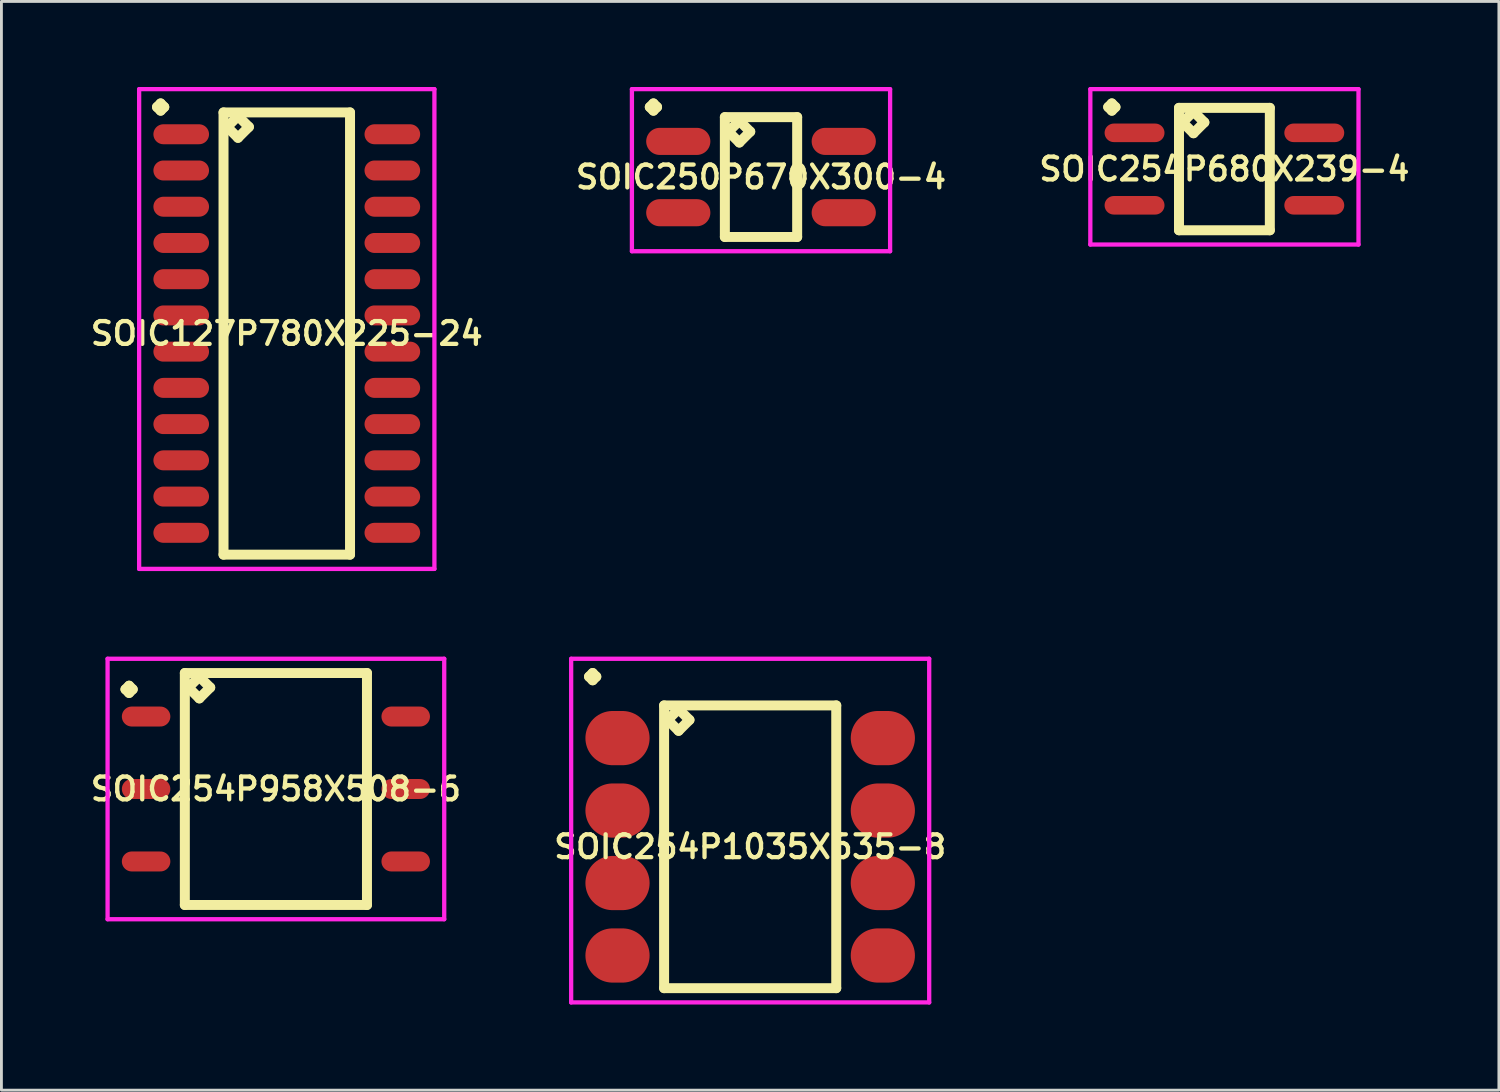
<source format=kicad_pcb>
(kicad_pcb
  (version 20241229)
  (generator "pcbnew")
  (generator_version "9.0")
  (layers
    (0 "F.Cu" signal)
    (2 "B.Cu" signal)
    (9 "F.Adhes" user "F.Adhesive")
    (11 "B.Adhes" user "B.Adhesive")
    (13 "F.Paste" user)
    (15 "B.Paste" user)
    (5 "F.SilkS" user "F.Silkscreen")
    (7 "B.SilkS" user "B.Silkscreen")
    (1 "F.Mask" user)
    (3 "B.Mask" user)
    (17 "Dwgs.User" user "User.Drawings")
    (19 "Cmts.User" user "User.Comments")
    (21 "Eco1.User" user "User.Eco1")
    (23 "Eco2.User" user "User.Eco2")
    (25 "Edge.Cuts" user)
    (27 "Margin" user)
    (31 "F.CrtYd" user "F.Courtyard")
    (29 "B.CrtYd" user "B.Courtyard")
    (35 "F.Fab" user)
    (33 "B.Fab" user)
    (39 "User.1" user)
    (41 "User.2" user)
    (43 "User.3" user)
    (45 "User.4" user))
  (footprint "SOIC250P670X300-4"
    (layer "F.Cu")
    (at 23.625 3.156)
    (property "Reference" "SOIC250P670X300-4" (at 0 0 0) (layer "F.SilkS") (effects (font (size 0.8 0.8) (thickness 0.15))))
    (attr smd)
    (fp_line (start -3.898 -2.454) (end -3.771 -2.581) (stroke (width 0.35) (type solid)) (layer "F.SilkS"))
    (fp_line (start -3.771 -2.581) (end -3.644 -2.454) (stroke (width 0.35) (type solid)) (layer "F.SilkS"))
    (fp_line (start -3.771 -2.327) (end -3.898 -2.454) (stroke (width 0.35) (type solid)) (layer "F.SilkS"))
    (fp_line (start -3.644 -2.454) (end -3.771 -2.327) (stroke (width 0.35) (type solid)) (layer "F.SilkS"))
    (fp_line (start -1.267 -2.1) (end -1.267 2.1) (stroke (width 0.35) (type solid)) (layer "F.SilkS"))
    (fp_line (start -1.267 2.1) (end 1.267 2.1) (stroke (width 0.35) (type solid)) (layer "F.SilkS"))
    (fp_line (start -1.14 -1.592) (end -0.759 -1.973) (stroke (width 0.35) (type solid)) (layer "F.SilkS"))
    (fp_line (start -0.759 -1.973) (end -0.378 -1.592) (stroke (width 0.35) (type solid)) (layer "F.SilkS"))
    (fp_line (start -0.759 -1.211) (end -1.14 -1.592) (stroke (width 0.35) (type solid)) (layer "F.SilkS"))
    (fp_line (start -0.378 -1.592) (end -0.759 -1.211) (stroke (width 0.35) (type solid)) (layer "F.SilkS"))
    (fp_line (start 1.267 -2.1) (end -1.267 -2.1) (stroke (width 0.35) (type solid)) (layer "F.SilkS"))
    (fp_line (start 1.267 2.1) (end 1.267 -2.1) (stroke (width 0.35) (type solid)) (layer "F.SilkS"))
    (fp_line (start -4.525 -3.081) (end 4.525 -3.081) (stroke (width 0.15) (type solid)) (layer "F.CrtYd"))
    (fp_line (start -4.525 2.6) (end -4.525 -3.081) (stroke (width 0.15) (type solid)) (layer "F.CrtYd"))
    (fp_line (start 4.525 -3.081) (end 4.525 2.6) (stroke (width 0.15) (type solid)) (layer "F.CrtYd"))
    (fp_line (start 4.525 2.6) (end -4.525 2.6) (stroke (width 0.15) (type solid)) (layer "F.CrtYd"))
    (pad "1" smd oval (at -2.9 -1.25) (size 2.25 0.95) (layers "F.Cu" "F.Mask" "F.Paste"))
    (pad "2" smd oval (at -2.9 1.25) (size 2.25 0.95) (layers "F.Cu" "F.Mask" "F.Paste"))
    (pad "3" smd oval (at 2.9 1.25) (size 2.25 0.95) (layers "F.Cu" "F.Mask" "F.Paste"))
    (pad "4" smd oval (at 2.9 -1.25) (size 2.25 0.95) (layers "F.Cu" "F.Mask" "F.Paste")))
  (footprint "SOIC254P680X239-4"
    (layer "F.Cu")
    (at 39.868 2.876)
    (property "Reference" "SOIC254P680X239-4" (at 0 0 0) (layer "F.SilkS") (effects (font (size 0.8 0.8) (thickness 0.15))))
    (attr smd)
    (fp_line (start -4.073 -2.174) (end -3.946 -2.301) (stroke (width 0.35) (type solid)) (layer "F.SilkS"))
    (fp_line (start -3.946 -2.301) (end -3.819 -2.174) (stroke (width 0.35) (type solid)) (layer "F.SilkS"))
    (fp_line (start -3.946 -2.047) (end -4.073 -2.174) (stroke (width 0.35) (type solid)) (layer "F.SilkS"))
    (fp_line (start -3.819 -2.174) (end -3.946 -2.047) (stroke (width 0.35) (type solid)) (layer "F.SilkS"))
    (fp_line (start -1.592 -2.145) (end -1.592 2.145) (stroke (width 0.35) (type solid)) (layer "F.SilkS"))
    (fp_line (start -1.592 2.145) (end 1.592 2.145) (stroke (width 0.35) (type solid)) (layer "F.SilkS"))
    (fp_line (start -1.465 -1.637) (end -1.084 -2.018) (stroke (width 0.35) (type solid)) (layer "F.SilkS"))
    (fp_line (start -1.084 -2.018) (end -0.703 -1.637) (stroke (width 0.35) (type solid)) (layer "F.SilkS"))
    (fp_line (start -1.084 -1.256) (end -1.465 -1.637) (stroke (width 0.35) (type solid)) (layer "F.SilkS"))
    (fp_line (start -0.703 -1.637) (end -1.084 -1.256) (stroke (width 0.35) (type solid)) (layer "F.SilkS"))
    (fp_line (start 1.592 -2.145) (end -1.592 -2.145) (stroke (width 0.35) (type solid)) (layer "F.SilkS"))
    (fp_line (start 1.592 2.145) (end 1.592 -2.145) (stroke (width 0.35) (type solid)) (layer "F.SilkS"))
    (fp_line (start -4.7 -2.801) (end 4.7 -2.801) (stroke (width 0.15) (type solid)) (layer "F.CrtYd"))
    (fp_line (start -4.7 2.645) (end -4.7 -2.801) (stroke (width 0.15) (type solid)) (layer "F.CrtYd"))
    (fp_line (start 4.7 -2.801) (end 4.7 2.645) (stroke (width 0.15) (type solid)) (layer "F.CrtYd"))
    (fp_line (start 4.7 2.645) (end -4.7 2.645) (stroke (width 0.15) (type solid)) (layer "F.CrtYd"))
    (pad "1" smd oval (at -3.15 -1.27) (size 2.1 0.65) (layers "F.Cu" "F.Mask" "F.Paste"))
    (pad "2" smd oval (at -3.15 1.27) (size 2.1 0.65) (layers "F.Cu" "F.Mask" "F.Paste"))
    (pad "3" smd oval (at 3.15 1.27) (size 2.1 0.65) (layers "F.Cu" "F.Mask" "F.Paste"))
    (pad "4" smd oval (at 3.15 -1.27) (size 2.1 0.65) (layers "F.Cu" "F.Mask" "F.Paste")))
  (footprint "SOIC254P958X508-6"
    (layer "F.Cu")
    (at 6.621 24.606)
    (property "Reference" "SOIC254P958X508-6" (at 0 0 0) (layer "F.SilkS") (effects (font (size 0.8 0.8) (thickness 0.15))))
    (attr smd)
    (fp_line (start -5.273 -3.494) (end -5.146 -3.621) (stroke (width 0.35) (type solid)) (layer "F.SilkS"))
    (fp_line (start -5.146 -3.621) (end -5.019 -3.494) (stroke (width 0.35) (type solid)) (layer "F.SilkS"))
    (fp_line (start -5.146 -3.367) (end -5.273 -3.494) (stroke (width 0.35) (type solid)) (layer "F.SilkS"))
    (fp_line (start -5.019 -3.494) (end -5.146 -3.367) (stroke (width 0.35) (type solid)) (layer "F.SilkS"))
    (fp_line (start -3.192 -4.065) (end -3.192 4.065) (stroke (width 0.35) (type solid)) (layer "F.SilkS"))
    (fp_line (start -3.192 4.065) (end 3.192 4.065) (stroke (width 0.35) (type solid)) (layer "F.SilkS"))
    (fp_line (start -3.065 -3.557) (end -2.684 -3.938) (stroke (width 0.35) (type solid)) (layer "F.SilkS"))
    (fp_line (start -2.684 -3.938) (end -2.303 -3.557) (stroke (width 0.35) (type solid)) (layer "F.SilkS"))
    (fp_line (start -2.684 -3.176) (end -3.065 -3.557) (stroke (width 0.35) (type solid)) (layer "F.SilkS"))
    (fp_line (start -2.303 -3.557) (end -2.684 -3.176) (stroke (width 0.35) (type solid)) (layer "F.SilkS"))
    (fp_line (start 3.192 -4.065) (end -3.192 -4.065) (stroke (width 0.35) (type solid)) (layer "F.SilkS"))
    (fp_line (start 3.192 4.065) (end 3.192 -4.065) (stroke (width 0.35) (type solid)) (layer "F.SilkS"))
    (fp_line (start -5.9 -4.565) (end 5.9 -4.565) (stroke (width 0.15) (type solid)) (layer "F.CrtYd"))
    (fp_line (start -5.9 4.565) (end -5.9 -4.565) (stroke (width 0.15) (type solid)) (layer "F.CrtYd"))
    (fp_line (start 5.9 -4.565) (end 5.9 4.565) (stroke (width 0.15) (type solid)) (layer "F.CrtYd"))
    (fp_line (start 5.9 4.565) (end -5.9 4.565) (stroke (width 0.15) (type solid)) (layer "F.CrtYd"))
    (pad "1" smd oval (at -4.55 -2.54) (size 1.7 0.7) (layers "F.Cu" "F.Mask" "F.Paste"))
    (pad "2" smd oval (at -4.55 0) (size 1.7 0.7) (layers "F.Cu" "F.Mask" "F.Paste"))
    (pad "3" smd oval (at -4.55 2.54) (size 1.7 0.7) (layers "F.Cu" "F.Mask" "F.Paste"))
    (pad "4" smd oval (at 4.55 2.54) (size 1.7 0.7) (layers "F.Cu" "F.Mask" "F.Paste"))
    (pad "5" smd oval (at 4.55 0) (size 1.7 0.7) (layers "F.Cu" "F.Mask" "F.Paste"))
    (pad "6" smd oval (at 4.55 -2.54) (size 1.7 0.7) (layers "F.Cu" "F.Mask" "F.Paste")))
  (footprint "SOIC254P1035X635-8"
    (layer "F.Cu")
    (at 23.245 26.632)
    (property "Reference" "SOIC254P1035X635-8" (at 0 0 0) (layer "F.SilkS") (effects (font (size 0.8 0.8) (thickness 0.15))))
    (attr smd)
    (fp_line (start -5.648 -5.964) (end -5.521 -6.091) (stroke (width 0.35) (type solid)) (layer "F.SilkS"))
    (fp_line (start -5.521 -6.091) (end -5.394 -5.964) (stroke (width 0.35) (type solid)) (layer "F.SilkS"))
    (fp_line (start -5.521 -5.837) (end -5.648 -5.964) (stroke (width 0.35) (type solid)) (layer "F.SilkS"))
    (fp_line (start -5.394 -5.964) (end -5.521 -5.837) (stroke (width 0.35) (type solid)) (layer "F.SilkS"))
    (fp_line (start -3.017 -4.955) (end -3.017 4.955) (stroke (width 0.35) (type solid)) (layer "F.SilkS"))
    (fp_line (start -3.017 4.955) (end 3.017 4.955) (stroke (width 0.35) (type solid)) (layer "F.SilkS"))
    (fp_line (start -2.89 -4.447) (end -2.509 -4.828) (stroke (width 0.35) (type solid)) (layer "F.SilkS"))
    (fp_line (start -2.509 -4.828) (end -2.128 -4.447) (stroke (width 0.35) (type solid)) (layer "F.SilkS"))
    (fp_line (start -2.509 -4.066) (end -2.89 -4.447) (stroke (width 0.35) (type solid)) (layer "F.SilkS"))
    (fp_line (start -2.128 -4.447) (end -2.509 -4.066) (stroke (width 0.35) (type solid)) (layer "F.SilkS"))
    (fp_line (start 3.017 -4.955) (end -3.017 -4.955) (stroke (width 0.35) (type solid)) (layer "F.SilkS"))
    (fp_line (start 3.017 4.955) (end 3.017 -4.955) (stroke (width 0.35) (type solid)) (layer "F.SilkS"))
    (fp_line (start -6.275 -6.591) (end 6.275 -6.591) (stroke (width 0.15) (type solid)) (layer "F.CrtYd"))
    (fp_line (start -6.275 5.455) (end -6.275 -6.591) (stroke (width 0.15) (type solid)) (layer "F.CrtYd"))
    (fp_line (start 6.275 -6.591) (end 6.275 5.455) (stroke (width 0.15) (type solid)) (layer "F.CrtYd"))
    (fp_line (start 6.275 5.455) (end -6.275 5.455) (stroke (width 0.15) (type solid)) (layer "F.CrtYd"))
    (pad "1" smd oval (at -4.65 -3.81) (size 2.25 1.9) (layers "F.Cu" "F.Mask" "F.Paste"))
    (pad "2" smd oval (at -4.65 -1.27) (size 2.25 1.9) (layers "F.Cu" "F.Mask" "F.Paste"))
    (pad "3" smd oval (at -4.65 1.27) (size 2.25 1.9) (layers "F.Cu" "F.Mask" "F.Paste"))
    (pad "4" smd oval (at -4.65 3.81) (size 2.25 1.9) (layers "F.Cu" "F.Mask" "F.Paste"))
    (pad "5" smd oval (at 4.65 3.81) (size 2.25 1.9) (layers "F.Cu" "F.Mask" "F.Paste"))
    (pad "6" smd oval (at 4.65 1.27) (size 2.25 1.9) (layers "F.Cu" "F.Mask" "F.Paste"))
    (pad "7" smd oval (at 4.65 -1.27) (size 2.25 1.9) (layers "F.Cu" "F.Mask" "F.Paste"))
    (pad "8" smd oval (at 4.65 -3.81) (size 2.25 1.9) (layers "F.Cu" "F.Mask" "F.Paste")))
  (footprint "SOIC127P780X225-24"
    (layer "F.Cu")
    (at 7.002 8.641)
    (property "Reference" "SOIC127P780X225-24" (at 0 0 0) (layer "F.SilkS") (effects (font (size 0.8 0.8) (thickness 0.15))))
    (attr smd)
    (fp_line (start -4.548 -7.939) (end -4.421 -8.066) (stroke (width 0.35) (type solid)) (layer "F.SilkS"))
    (fp_line (start -4.421 -8.066) (end -4.294 -7.939) (stroke (width 0.35) (type solid)) (layer "F.SilkS"))
    (fp_line (start -4.421 -7.812) (end -4.548 -7.939) (stroke (width 0.35) (type solid)) (layer "F.SilkS"))
    (fp_line (start -4.294 -7.939) (end -4.421 -7.812) (stroke (width 0.35) (type solid)) (layer "F.SilkS"))
    (fp_line (start -2.217 -7.75) (end -2.217 7.75) (stroke (width 0.35) (type solid)) (layer "F.SilkS"))
    (fp_line (start -2.217 7.75) (end 2.217 7.75) (stroke (width 0.35) (type solid)) (layer "F.SilkS"))
    (fp_line (start -2.09 -7.242) (end -1.709 -7.623) (stroke (width 0.35) (type solid)) (layer "F.SilkS"))
    (fp_line (start -1.709 -7.623) (end -1.328 -7.242) (stroke (width 0.35) (type solid)) (layer "F.SilkS"))
    (fp_line (start -1.709 -6.861) (end -2.09 -7.242) (stroke (width 0.35) (type solid)) (layer "F.SilkS"))
    (fp_line (start -1.328 -7.242) (end -1.709 -6.861) (stroke (width 0.35) (type solid)) (layer "F.SilkS"))
    (fp_line (start 2.217 -7.75) (end -2.217 -7.75) (stroke (width 0.35) (type solid)) (layer "F.SilkS"))
    (fp_line (start 2.217 7.75) (end 2.217 -7.75) (stroke (width 0.35) (type solid)) (layer "F.SilkS"))
    (fp_line (start -5.175 -8.566) (end 5.175 -8.566) (stroke (width 0.15) (type solid)) (layer "F.CrtYd"))
    (fp_line (start -5.175 8.25) (end -5.175 -8.566) (stroke (width 0.15) (type solid)) (layer "F.CrtYd"))
    (fp_line (start 5.175 -8.566) (end 5.175 8.25) (stroke (width 0.15) (type solid)) (layer "F.CrtYd"))
    (fp_line (start 5.175 8.25) (end -5.175 8.25) (stroke (width 0.15) (type solid)) (layer "F.CrtYd"))
    (pad "1" smd oval (at -3.7 -6.985) (size 1.95 0.7) (layers "F.Cu" "F.Mask" "F.Paste"))
    (pad "2" smd oval (at -3.7 -5.715) (size 1.95 0.7) (layers "F.Cu" "F.Mask" "F.Paste"))
    (pad "3" smd oval (at -3.7 -4.445) (size 1.95 0.7) (layers "F.Cu" "F.Mask" "F.Paste"))
    (pad "4" smd oval (at -3.7 -3.175) (size 1.95 0.7) (layers "F.Cu" "F.Mask" "F.Paste"))
    (pad "5" smd oval (at -3.7 -1.905) (size 1.95 0.7) (layers "F.Cu" "F.Mask" "F.Paste"))
    (pad "6" smd oval (at -3.7 -0.635) (size 1.95 0.7) (layers "F.Cu" "F.Mask" "F.Paste"))
    (pad "7" smd oval (at -3.7 0.635) (size 1.95 0.7) (layers "F.Cu" "F.Mask" "F.Paste"))
    (pad "8" smd oval (at -3.7 1.905) (size 1.95 0.7) (layers "F.Cu" "F.Mask" "F.Paste"))
    (pad "9" smd oval (at -3.7 3.175) (size 1.95 0.7) (layers "F.Cu" "F.Mask" "F.Paste"))
    (pad "10" smd oval (at -3.7 4.445) (size 1.95 0.7) (layers "F.Cu" "F.Mask" "F.Paste"))
    (pad "11" smd oval (at -3.7 5.715) (size 1.95 0.7) (layers "F.Cu" "F.Mask" "F.Paste"))
    (pad "12" smd oval (at -3.7 6.985) (size 1.95 0.7) (layers "F.Cu" "F.Mask" "F.Paste"))
    (pad "13" smd oval (at 3.7 6.985) (size 1.95 0.7) (layers "F.Cu" "F.Mask" "F.Paste"))
    (pad "14" smd oval (at 3.7 5.715) (size 1.95 0.7) (layers "F.Cu" "F.Mask" "F.Paste"))
    (pad "15" smd oval (at 3.7 4.445) (size 1.95 0.7) (layers "F.Cu" "F.Mask" "F.Paste"))
    (pad "16" smd oval (at 3.7 3.175) (size 1.95 0.7) (layers "F.Cu" "F.Mask" "F.Paste"))
    (pad "17" smd oval (at 3.7 1.905) (size 1.95 0.7) (layers "F.Cu" "F.Mask" "F.Paste"))
    (pad "18" smd oval (at 3.7 0.635) (size 1.95 0.7) (layers "F.Cu" "F.Mask" "F.Paste"))
    (pad "19" smd oval (at 3.7 -0.635) (size 1.95 0.7) (layers "F.Cu" "F.Mask" "F.Paste"))
    (pad "20" smd oval (at 3.7 -1.905) (size 1.95 0.7) (layers "F.Cu" "F.Mask" "F.Paste"))
    (pad "21" smd oval (at 3.7 -3.175) (size 1.95 0.7) (layers "F.Cu" "F.Mask" "F.Paste"))
    (pad "22" smd oval (at 3.7 -4.445) (size 1.95 0.7) (layers "F.Cu" "F.Mask" "F.Paste"))
    (pad "23" smd oval (at 3.7 -5.715) (size 1.95 0.7) (layers "F.Cu" "F.Mask" "F.Paste"))
    (pad "24" smd oval (at 3.7 -6.985) (size 1.95 0.7) (layers "F.Cu" "F.Mask" "F.Paste")))
  (gr_rect
    (start -3 -3)
    (end 49.489 35.162)
    (stroke (width 0.1) (type default))
    (fill no)
    (layer "Edge.Cuts")))
</source>
